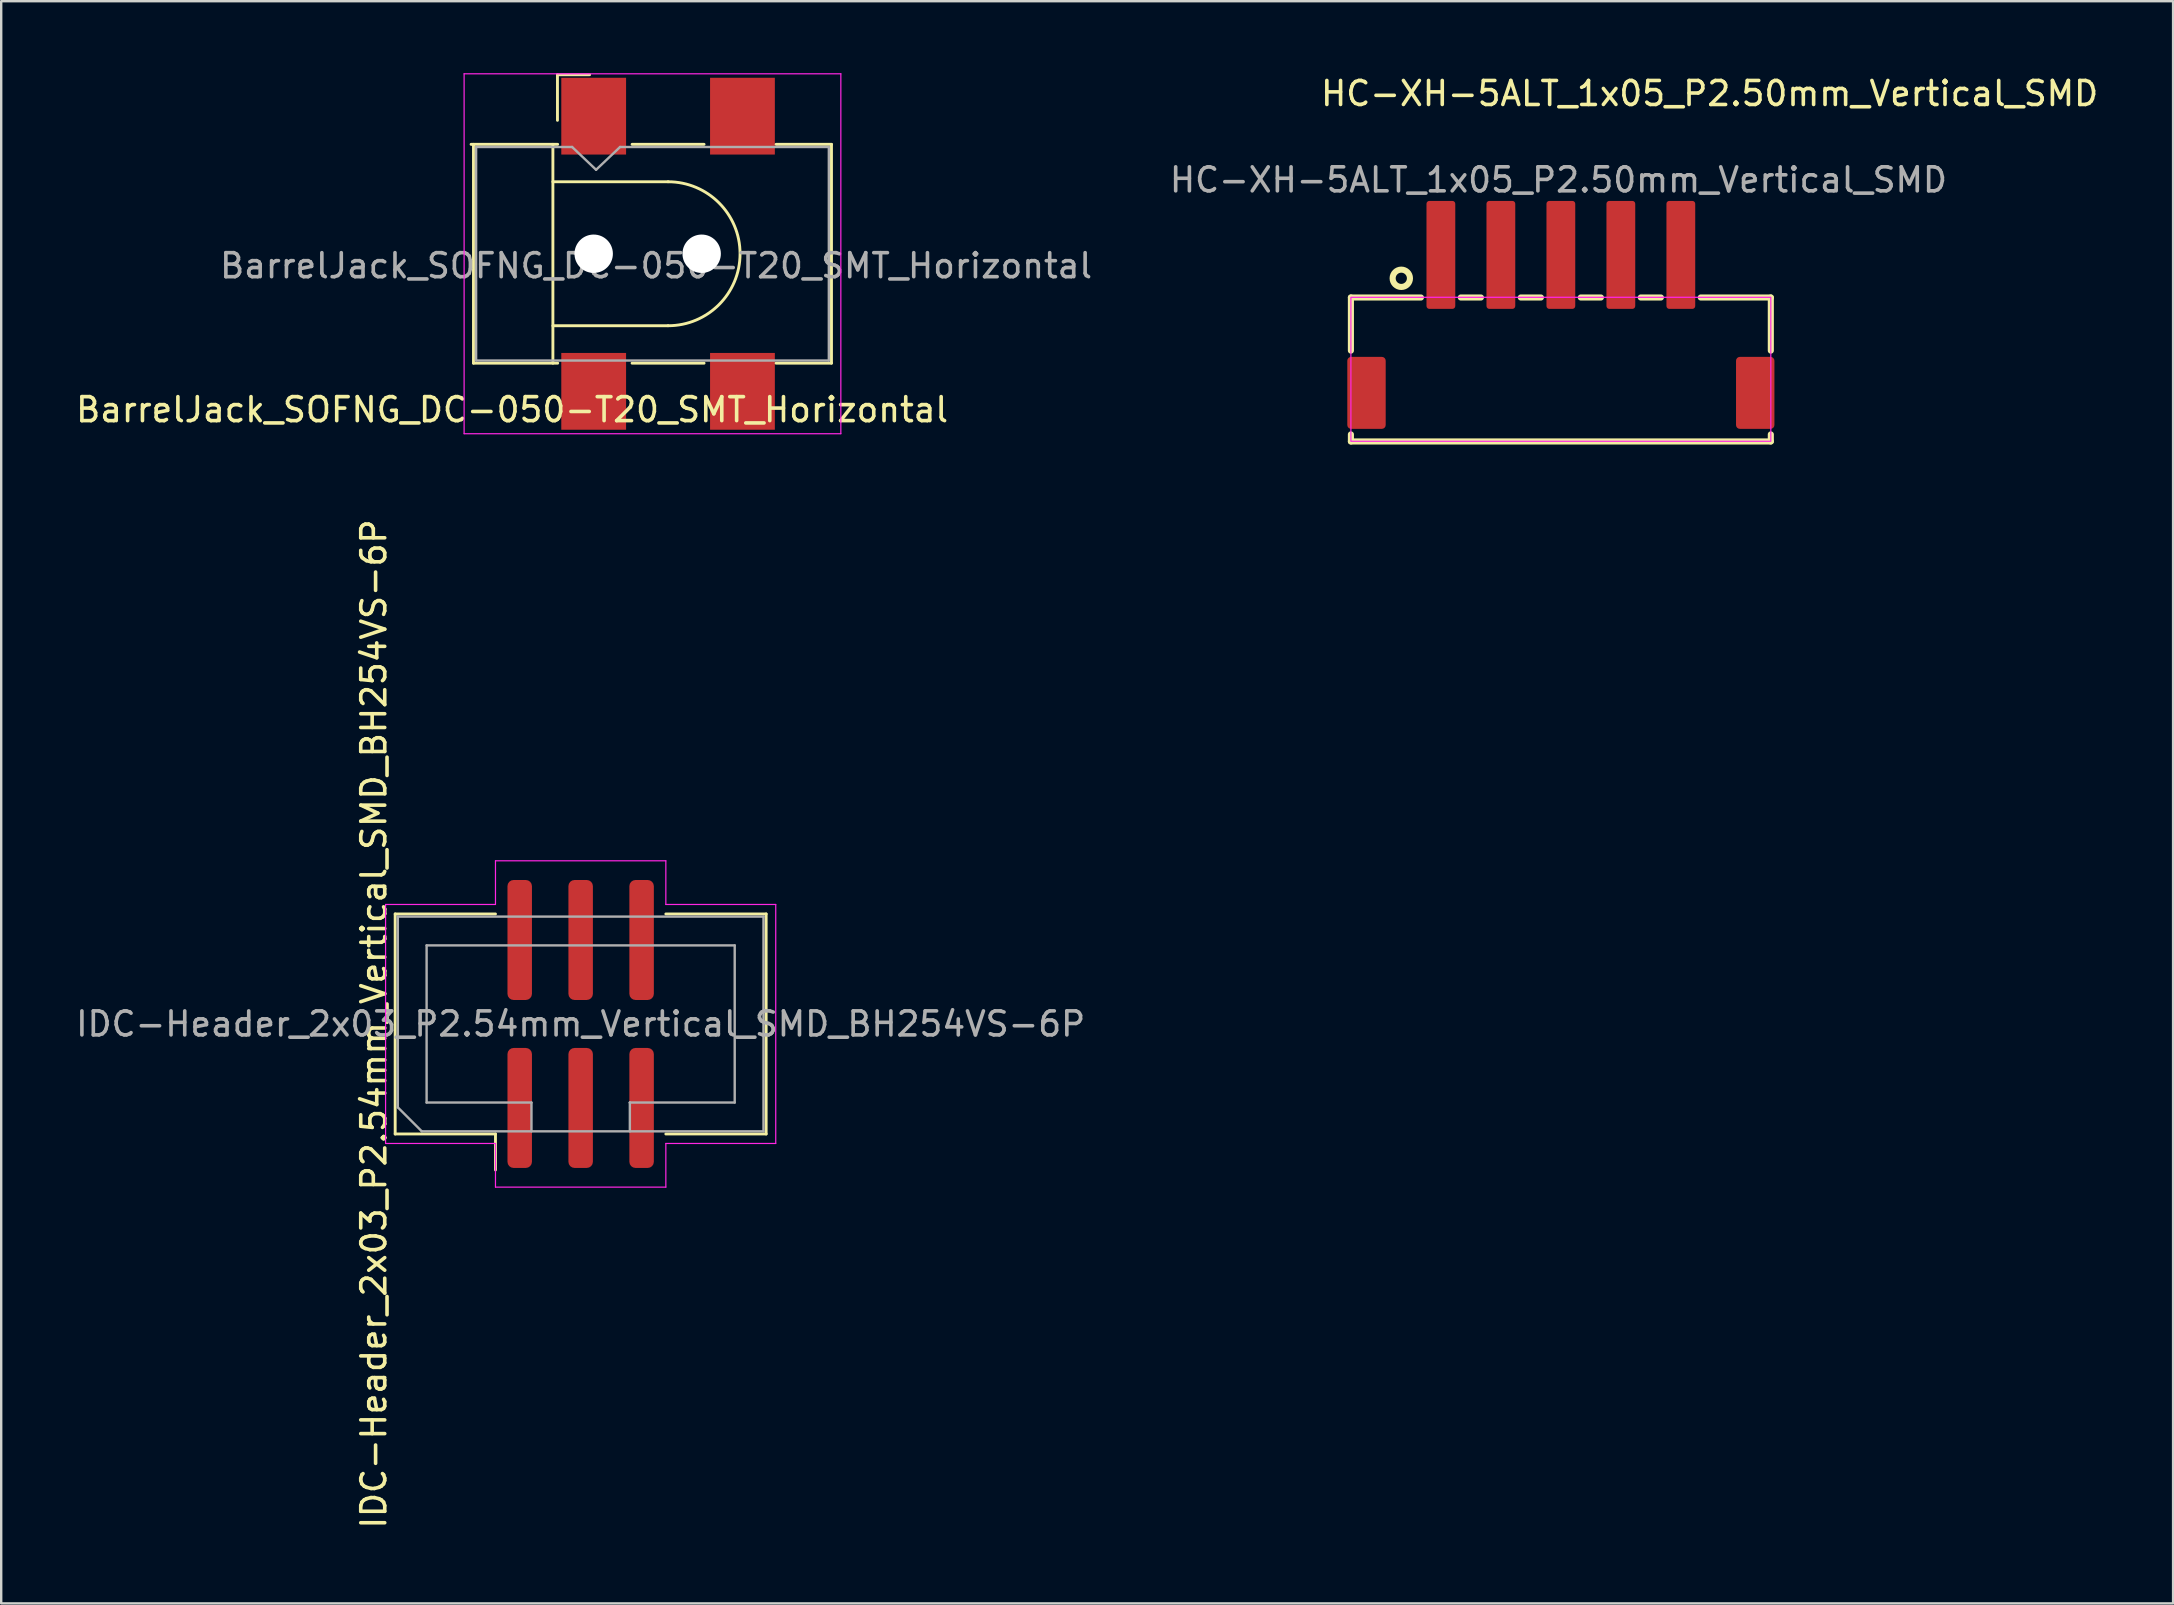
<source format=kicad_pcb>
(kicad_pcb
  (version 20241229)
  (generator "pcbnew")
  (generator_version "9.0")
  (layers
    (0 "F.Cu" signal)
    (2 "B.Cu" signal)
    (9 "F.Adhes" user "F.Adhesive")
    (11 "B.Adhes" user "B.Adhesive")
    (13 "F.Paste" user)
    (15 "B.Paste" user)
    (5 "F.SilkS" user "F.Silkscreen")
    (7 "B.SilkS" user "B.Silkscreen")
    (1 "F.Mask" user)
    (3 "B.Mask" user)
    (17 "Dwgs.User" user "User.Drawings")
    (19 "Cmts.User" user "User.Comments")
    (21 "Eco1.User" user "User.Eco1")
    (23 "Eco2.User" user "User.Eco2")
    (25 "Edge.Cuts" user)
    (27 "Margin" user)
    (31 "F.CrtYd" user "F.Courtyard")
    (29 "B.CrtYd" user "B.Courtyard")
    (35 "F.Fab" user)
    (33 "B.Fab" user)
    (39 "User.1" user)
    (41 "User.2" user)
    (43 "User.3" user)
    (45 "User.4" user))
  (footprint "BarrelJack_SOFNG_DC-050-T20_SMT_Horizontal"
    (layer "F.Cu")
    (at 24.792 7.525)
    (property "Reference" "BarrelJack_SOFNG_DC-050-T20_SMT_Horizontal" (at -6.5 6.5 180) (layer "F.SilkS") (effects (font (size 1 1) (thickness 0.15))))
    (attr smd)
    (fp_line (start -8.21 -4.56) (end -4.6 -4.56) (stroke (width 0.12) (type solid)) (layer "F.SilkS"))
    (fp_line (start -8.11 4.56) (end -8.11 -4.56) (stroke (width 0.12) (type solid)) (layer "F.SilkS"))
    (fp_line (start -8.11 4.56) (end -4.6 4.56) (stroke (width 0.12) (type solid)) (layer "F.SilkS"))
    (fp_line (start -4.8 -3) (end 0 -3) (stroke (width 0.12) (type solid)) (layer "F.SilkS"))
    (fp_line (start -4.8 3) (end 0 3) (stroke (width 0.12) (type solid)) (layer "F.SilkS"))
    (fp_line (start -4.8 4.56) (end -4.8 -4.56) (stroke (width 0.12) (type solid)) (layer "F.SilkS"))
    (fp_line (start -4.61 -7.46) (end -4.61 -5.56) (stroke (width 0.12) (type solid)) (layer "F.SilkS"))
    (fp_line (start -3.27 -7.46) (end -4.61 -7.46) (stroke (width 0.12) (type solid)) (layer "F.SilkS"))
    (fp_line (start -1.5 -4.56) (end 1.5 -4.56) (stroke (width 0.12) (type solid)) (layer "F.SilkS"))
    (fp_line (start -1.5 4.56) (end 1.5 4.56) (stroke (width 0.12) (type solid)) (layer "F.SilkS"))
    (fp_line (start 4.5 -4.56) (end 6.81 -4.56) (stroke (width 0.12) (type solid)) (layer "F.SilkS"))
    (fp_line (start 4.5 4.56) (end 6.81 4.56) (stroke (width 0.12) (type solid)) (layer "F.SilkS"))
    (fp_line (start 6.81 4.56) (end 6.81 -4.56) (stroke (width 0.12) (type solid)) (layer "F.SilkS"))
    (fp_arc (start 0 -3) (mid 3 0) (end 0 3) (stroke (width 0.12) (type solid)) (layer "F.SilkS"))
    (fp_line (start -8.5 -7.5) (end 7.2 -7.5) (stroke (width 0.05) (type solid)) (layer "F.CrtYd"))
    (fp_line (start -8.5 7.5) (end -8.5 -7.5) (stroke (width 0.05) (type solid)) (layer "F.CrtYd"))
    (fp_line (start -8.5 7.5) (end 7.2 7.5) (stroke (width 0.05) (type solid)) (layer "F.CrtYd"))
    (fp_line (start 7.2 7.5) (end 7.2 -7.5) (stroke (width 0.05) (type solid)) (layer "F.CrtYd"))
    (fp_line (start -8 -4.45) (end -4 -4.45) (stroke (width 0.1) (type solid)) (layer "F.Fab"))
    (fp_line (start -8 4.45) (end -8 -4.45) (stroke (width 0.1) (type solid)) (layer "F.Fab"))
    (fp_line (start -8 4.45) (end 6.7 4.45) (stroke (width 0.1) (type solid)) (layer "F.Fab"))
    (fp_line (start -4 -4.45) (end -3 -3.5) (stroke (width 0.1) (type solid)) (layer "F.Fab"))
    (fp_line (start -3 -3.5) (end -2 -4.45) (stroke (width 0.1) (type solid)) (layer "F.Fab"))
    (fp_line (start -2 -4.45) (end 6.7 -4.45) (stroke (width 0.1) (type solid)) (layer "F.Fab"))
    (fp_line (start 6.7 4.45) (end 6.7 -4.45) (stroke (width 0.1) (type solid)) (layer "F.Fab"))
    (fp_text user "${REFERENCE}" (at -0.5 0.5 180) (layer "F.Fab") (effects (font (size 1 1) (thickness 0.15))))
    (pad "" np_thru_hole circle (at -3.1 0 90) (size 1.6 1.6) (drill 1.6) (layers "*.Cu" "*.Mask"))
    (pad "" np_thru_hole circle (at 1.4 0 90) (size 1.6 1.6) (drill 1.6) (layers "*.Cu" "*.Mask"))
    (pad "1" smd rect (at -3.1 -5.734 90) (size 3.2 2.7) (layers "F.Cu" "F.Mask" "F.Paste"))
    (pad "1" smd rect (at 3.1 -5.734 90) (size 3.2 2.7) (layers "F.Cu" "F.Mask" "F.Paste"))
    (pad "2" smd rect (at 3.1 5.734 90) (size 3.2 2.7) (layers "F.Cu" "F.Mask" "F.Paste"))
    (pad "3" smd rect (at -3.1 5.734 90) (size 3.2 2.7) (layers "F.Cu" "F.Mask" "F.Paste")))
  (footprint "HC-XH-5ALT_1x05_P2.50mm_Vertical_SMD"
    (layer "F.Cu")
    (at 61.999 10.448)
    (property "Reference" "HC-XH-5ALT_1x05_P2.50mm_Vertical_SMD" (at 6.2 -9.6 0) (layer "F.SilkS") (effects (font (size 1 1) (thickness 0.15))))
    (attr through_hole)
    (fp_line (start -8.75 -1.1) (end -8.75 1.114) (stroke (width 0.254) (type default)) (layer "F.SilkS"))
    (fp_line (start -8.75 4.9) (end -8.75 4.606) (stroke (width 0.254) (type default)) (layer "F.SilkS"))
    (fp_line (start -8.75 4.9) (end 8.75 4.9) (stroke (width 0.254) (type default)) (layer "F.SilkS"))
    (fp_line (start -5.831 -1.1) (end -8.75 -1.1) (stroke (width 0.254) (type default)) (layer "F.SilkS"))
    (fp_line (start -4.169 -1.1) (end -3.331 -1.1) (stroke (width 0.254) (type default)) (layer "F.SilkS"))
    (fp_line (start -0.831 -1.1) (end -1.669 -1.1) (stroke (width 0.254) (type default)) (layer "F.SilkS"))
    (fp_line (start 0.831 -1.1) (end 1.669 -1.1) (stroke (width 0.254) (type default)) (layer "F.SilkS"))
    (fp_line (start 4.169 -1.1) (end 3.331 -1.1) (stroke (width 0.254) (type default)) (layer "F.SilkS"))
    (fp_line (start 5.831 -1.1) (end 8.75 -1.1) (stroke (width 0.254) (type default)) (layer "F.SilkS"))
    (fp_line (start 8.75 -1.1) (end 8.75 1.114) (stroke (width 0.254) (type default)) (layer "F.SilkS"))
    (fp_line (start 8.75 4.9) (end 8.75 4.606) (stroke (width 0.254) (type default)) (layer "F.SilkS"))
    (fp_circle (center -6.65 -1.9) (end -6.289 -1.9) (stroke (width 0.254) (type default)) (fill no) (layer "F.SilkS"))
    (fp_rect (start 8.75 4.892) (end -8.75 -1.108) (stroke (width 0.05) (type default)) (fill no) (layer "F.CrtYd"))
    (fp_text user "${REFERENCE}" (at -0.1 -6 0) (layer "F.Fab") (effects (font (size 1 1) (thickness 0.15))))
    (pad "1" smd roundrect (at -5 -2.875) (size 1.2 4.5) (layers "F.Cu" "F.Mask" "F.Paste") (roundrect_rratio 0.1))
    (pad "2" smd roundrect (at -2.5 -2.875) (size 1.2 4.5) (layers "F.Cu" "F.Mask" "F.Paste") (roundrect_rratio 0.1))
    (pad "3" smd roundrect (at 0 -2.875) (size 1.2 4.5) (layers "F.Cu" "F.Mask" "F.Paste") (roundrect_rratio 0.1))
    (pad "4" smd roundrect (at 2.5 -2.875) (size 1.2 4.5) (layers "F.Cu" "F.Mask" "F.Paste") (roundrect_rratio 0.1))
    (pad "5" smd roundrect (at 5 -2.875) (size 1.2 4.5) (layers "F.Cu" "F.Mask" "F.Paste") (roundrect_rratio 0.1))
    (pad "6" smd roundrect (at 8.1 2.875) (size 1.6 3) (layers "F.Cu" "F.Mask" "F.Paste") (roundrect_rratio 0.1))
    (pad "7" smd roundrect (at -8.1 2.875) (size 1.6 3) (layers "F.Cu" "F.Mask" "F.Paste") (roundrect_rratio 0.1)))
  (footprint "IDC-Header_2x03_P2.54mm_Vertical_SMD_BH254VS-6P"
    (layer "F.Cu")
    (at 21.149 39.624)
    (property "Reference" "IDC-Header_2x03_P2.54mm_Vertical_SMD_BH254VS-6P" (at -8.62 0 90) (layer "F.SilkS") (effects (font (size 1 1) (thickness 0.15))))
    (attr smd)
    (fp_line (start -7.73 -4.585) (end -3.55 -4.585) (stroke (width 0.12) (type solid)) (layer "F.SilkS"))
    (fp_line (start -7.73 4.585) (end -7.73 -4.585) (stroke (width 0.12) (type solid)) (layer "F.SilkS"))
    (fp_line (start -3.55 4.585) (end -7.73 4.585) (stroke (width 0.12) (type solid)) (layer "F.SilkS"))
    (fp_line (start -3.55 4.585) (end -3.55 6.085) (stroke (width 0.12) (type solid)) (layer "F.SilkS"))
    (fp_line (start 3.55 4.585) (end 7.73 4.585) (stroke (width 0.12) (type solid)) (layer "F.SilkS"))
    (fp_line (start 7.73 -4.585) (end 3.55 -4.585) (stroke (width 0.12) (type solid)) (layer "F.SilkS"))
    (fp_line (start 7.73 4.585) (end 7.73 -4.585) (stroke (width 0.12) (type solid)) (layer "F.SilkS"))
    (fp_line (start -8.13 -4.98) (end -8.13 4.98) (stroke (width 0.05) (type solid)) (layer "F.CrtYd"))
    (fp_line (start -8.13 4.98) (end -3.55 4.98) (stroke (width 0.05) (type solid)) (layer "F.CrtYd"))
    (fp_line (start -3.55 -6.8) (end -3.55 -4.98) (stroke (width 0.05) (type solid)) (layer "F.CrtYd"))
    (fp_line (start -3.55 -4.98) (end -8.13 -4.98) (stroke (width 0.05) (type solid)) (layer "F.CrtYd"))
    (fp_line (start -3.55 4.98) (end -3.55 6.8) (stroke (width 0.05) (type solid)) (layer "F.CrtYd"))
    (fp_line (start -3.55 6.8) (end 3.55 6.8) (stroke (width 0.05) (type solid)) (layer "F.CrtYd"))
    (fp_line (start 3.55 -6.8) (end -3.55 -6.8) (stroke (width 0.05) (type solid)) (layer "F.CrtYd"))
    (fp_line (start 3.55 -4.98) (end 3.55 -6.8) (stroke (width 0.05) (type solid)) (layer "F.CrtYd"))
    (fp_line (start 3.55 4.98) (end 8.13 4.98) (stroke (width 0.05) (type solid)) (layer "F.CrtYd"))
    (fp_line (start 3.55 6.8) (end 3.55 4.98) (stroke (width 0.05) (type solid)) (layer "F.CrtYd"))
    (fp_line (start 8.13 -4.98) (end 3.55 -4.98) (stroke (width 0.05) (type solid)) (layer "F.CrtYd"))
    (fp_line (start 8.13 4.98) (end 8.13 -4.98) (stroke (width 0.05) (type solid)) (layer "F.CrtYd"))
    (fp_line (start -7.62 -4.475) (end 7.62 -4.475) (stroke (width 0.1) (type solid)) (layer "F.Fab"))
    (fp_line (start -7.62 3.475) (end -7.62 -4.475) (stroke (width 0.1) (type solid)) (layer "F.Fab"))
    (fp_line (start -6.62 4.475) (end -7.62 3.475) (stroke (width 0.1) (type solid)) (layer "F.Fab"))
    (fp_line (start -6.42 -3.275) (end 6.42 -3.275) (stroke (width 0.1) (type solid)) (layer "F.Fab"))
    (fp_line (start -6.42 3.275) (end -6.42 -3.275) (stroke (width 0.1) (type solid)) (layer "F.Fab"))
    (fp_line (start -2.05 3.275) (end -6.42 3.275) (stroke (width 0.1) (type solid)) (layer "F.Fab"))
    (fp_line (start -2.05 4.475) (end -2.05 3.275) (stroke (width 0.1) (type solid)) (layer "F.Fab"))
    (fp_line (start 2.05 3.275) (end 2.05 3.275) (stroke (width 0.1) (type solid)) (layer "F.Fab"))
    (fp_line (start 2.05 3.275) (end 2.05 4.475) (stroke (width 0.1) (type solid)) (layer "F.Fab"))
    (fp_line (start 6.42 -3.275) (end 6.42 3.275) (stroke (width 0.1) (type solid)) (layer "F.Fab"))
    (fp_line (start 6.42 3.275) (end 2.05 3.275) (stroke (width 0.1) (type solid)) (layer "F.Fab"))
    (fp_line (start 7.62 -4.475) (end 7.62 4.475) (stroke (width 0.1) (type solid)) (layer "F.Fab"))
    (fp_line (start 7.62 4.475) (end -6.62 4.475) (stroke (width 0.1) (type solid)) (layer "F.Fab"))
    (fp_text user "${REFERENCE}" (at 0 0 180) (layer "F.Fab") (effects (font (size 1 1) (thickness 0.15))))
    (pad "1" smd roundrect (at -2.54 3.5 90) (size 5 1.02) (layers "F.Cu" "F.Mask" "F.Paste") (roundrect_rratio 0.25))
    (pad "2" smd roundrect (at -2.54 -3.5 90) (size 5 1.02) (layers "F.Cu" "F.Mask" "F.Paste") (roundrect_rratio 0.25))
    (pad "3" smd roundrect (at 0 3.5 90) (size 5 1.02) (layers "F.Cu" "F.Mask" "F.Paste") (roundrect_rratio 0.25))
    (pad "4" smd roundrect (at 0 -3.5 90) (size 5 1.02) (layers "F.Cu" "F.Mask" "F.Paste") (roundrect_rratio 0.25))
    (pad "5" smd roundrect (at 2.54 3.5 90) (size 5 1.02) (layers "F.Cu" "F.Mask" "F.Paste") (roundrect_rratio 0.25))
    (pad "6" smd roundrect (at 2.54 -3.5 90) (size 5 1.02) (layers "F.Cu" "F.Mask" "F.Paste") (roundrect_rratio 0.25)))
  (gr_rect
    (start -3 -3)
    (end 87.514 63.773)
    (stroke (width 0.1) (type default))
    (fill no)
    (layer "Edge.Cuts")))
</source>
